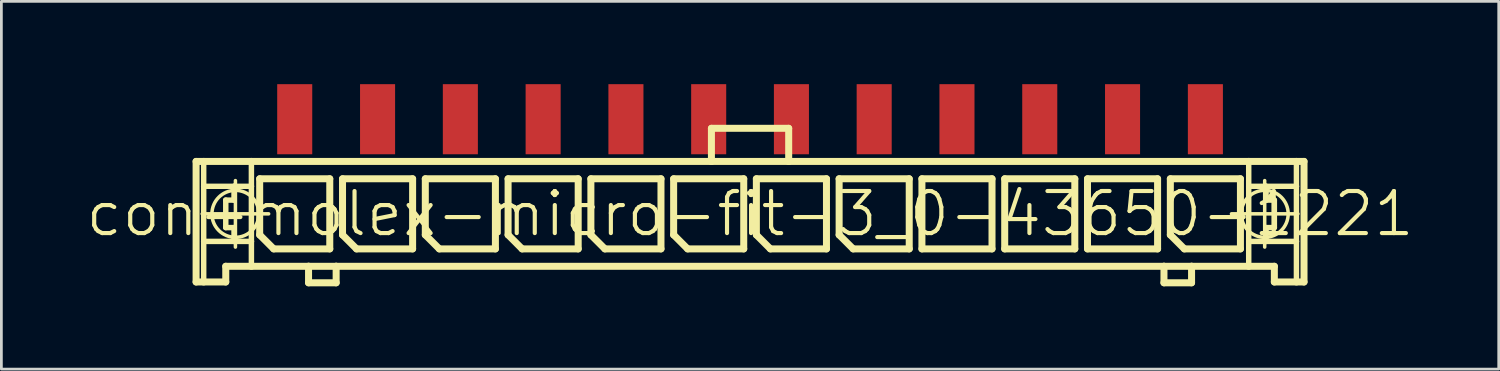
<source format=kicad_pcb>
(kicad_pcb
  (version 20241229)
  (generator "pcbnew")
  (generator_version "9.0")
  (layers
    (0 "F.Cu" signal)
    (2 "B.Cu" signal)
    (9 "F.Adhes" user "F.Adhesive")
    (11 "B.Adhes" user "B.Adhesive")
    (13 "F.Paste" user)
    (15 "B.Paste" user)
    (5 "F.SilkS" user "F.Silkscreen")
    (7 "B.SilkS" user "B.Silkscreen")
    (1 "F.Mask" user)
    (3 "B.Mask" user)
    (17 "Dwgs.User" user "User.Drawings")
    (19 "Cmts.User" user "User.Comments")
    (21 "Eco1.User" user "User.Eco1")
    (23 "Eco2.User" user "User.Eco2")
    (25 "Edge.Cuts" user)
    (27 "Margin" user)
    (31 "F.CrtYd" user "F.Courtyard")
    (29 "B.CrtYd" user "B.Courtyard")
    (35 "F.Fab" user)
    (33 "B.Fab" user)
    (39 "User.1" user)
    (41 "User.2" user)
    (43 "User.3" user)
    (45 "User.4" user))
  (footprint "con-molex-micro-fit-3_0-43650-1221"
    (layer "F.Cu")
    (at 24.13 4.699)
    (property "Reference" "con-molex-micro-fit-3_0-43650-1221" (at 0 0 0) (layer "F.SilkS") (effects (font (size 1.524 1.524) (thickness 0.15))))
    (attr smd)
    (fp_line (start -20.074 -1.9) (end -19.799 -1.9) (stroke (width 0.254) (type solid)) (layer "F.SilkS"))
    (fp_line (start -20.074 2.469) (end -20.074 -1.9) (stroke (width 0.254) (type solid)) (layer "F.SilkS"))
    (fp_line (start -19.853 0) (end -17.445 0) (stroke (width 0.127) (type solid)) (layer "F.SilkS"))
    (fp_line (start -19.799 -1.9) (end -18.07 -1.9) (stroke (width 0.254) (type solid)) (layer "F.SilkS"))
    (fp_line (start -19.799 -0.998) (end -19.799 -1.9) (stroke (width 0.198) (type solid)) (layer "F.SilkS"))
    (fp_line (start -19.799 0.998) (end -19.799 -0.998) (stroke (width 0.198) (type solid)) (layer "F.SilkS"))
    (fp_line (start -19.799 2.469) (end -20.074 2.469) (stroke (width 0.254) (type solid)) (layer "F.SilkS"))
    (fp_line (start -19.799 2.469) (end -19.799 0.998) (stroke (width 0.198) (type solid)) (layer "F.SilkS"))
    (fp_line (start -18.999 -0.498) (end -18.999 0.498) (stroke (width 0.198) (type solid)) (layer "F.SilkS"))
    (fp_line (start -18.999 0.498) (end -18.699 0.498) (stroke (width 0.198) (type solid)) (layer "F.SilkS"))
    (fp_line (start -18.999 1.9) (end -18.999 2.469) (stroke (width 0.254) (type solid)) (layer "F.SilkS"))
    (fp_line (start -18.999 2.469) (end -19.799 2.469) (stroke (width 0.254) (type solid)) (layer "F.SilkS"))
    (fp_line (start -18.699 -0.998) (end -19.799 -0.998) (stroke (width 0.198) (type solid)) (layer "F.SilkS"))
    (fp_line (start -18.699 -0.998) (end -18.699 -0.498) (stroke (width 0.198) (type solid)) (layer "F.SilkS"))
    (fp_line (start -18.699 -0.498) (end -18.999 -0.498) (stroke (width 0.198) (type solid)) (layer "F.SilkS"))
    (fp_line (start -18.699 0.498) (end -18.699 0.998) (stroke (width 0.198) (type solid)) (layer "F.SilkS"))
    (fp_line (start -18.699 0.998) (end -19.799 0.998) (stroke (width 0.198) (type solid)) (layer "F.SilkS"))
    (fp_line (start -18.649 1.204) (end -18.649 -1.204) (stroke (width 0.127) (type solid)) (layer "F.SilkS"))
    (fp_line (start -18.07 -1.9) (end -1.4 -1.9) (stroke (width 0.254) (type solid)) (layer "F.SilkS"))
    (fp_line (start -18.07 -0.998) (end -18.699 -0.998) (stroke (width 0.198) (type solid)) (layer "F.SilkS"))
    (fp_line (start -18.07 -0.998) (end -18.07 -1.9) (stroke (width 0.198) (type solid)) (layer "F.SilkS"))
    (fp_line (start -18.07 0.998) (end -18.699 0.998) (stroke (width 0.198) (type solid)) (layer "F.SilkS"))
    (fp_line (start -18.07 0.998) (end -18.07 -0.998) (stroke (width 0.198) (type solid)) (layer "F.SilkS"))
    (fp_line (start -18.07 1.9) (end -18.999 1.9) (stroke (width 0.254) (type solid)) (layer "F.SilkS"))
    (fp_line (start -18.07 1.9) (end -18.07 0.998) (stroke (width 0.198) (type solid)) (layer "F.SilkS"))
    (fp_line (start -17.77 -1.27) (end -15.23 -1.27) (stroke (width 0.254) (type solid)) (layer "F.SilkS"))
    (fp_line (start -17.77 0.762) (end -17.77 -1.27) (stroke (width 0.254) (type solid)) (layer "F.SilkS"))
    (fp_line (start -17.262 1.27) (end -17.77 0.762) (stroke (width 0.254) (type solid)) (layer "F.SilkS"))
    (fp_line (start -15.999 1.9) (end -18.07 1.9) (stroke (width 0.254) (type solid)) (layer "F.SilkS"))
    (fp_line (start -15.999 1.9) (end -15.999 2.499) (stroke (width 0.254) (type solid)) (layer "F.SilkS"))
    (fp_line (start -15.999 2.499) (end -14.999 2.499) (stroke (width 0.254) (type solid)) (layer "F.SilkS"))
    (fp_line (start -15.23 -1.27) (end -15.23 1.27) (stroke (width 0.254) (type solid)) (layer "F.SilkS"))
    (fp_line (start -15.23 1.27) (end -17.262 1.27) (stroke (width 0.254) (type solid)) (layer "F.SilkS"))
    (fp_line (start -14.999 1.9) (end -15.999 1.9) (stroke (width 0.254) (type solid)) (layer "F.SilkS"))
    (fp_line (start -14.999 2.499) (end -14.999 1.9) (stroke (width 0.254) (type solid)) (layer "F.SilkS"))
    (fp_line (start -14.768 -1.27) (end -12.228 -1.27) (stroke (width 0.254) (type solid)) (layer "F.SilkS"))
    (fp_line (start -14.768 0.762) (end -14.768 -1.27) (stroke (width 0.254) (type solid)) (layer "F.SilkS"))
    (fp_line (start -14.26 1.27) (end -14.768 0.762) (stroke (width 0.254) (type solid)) (layer "F.SilkS"))
    (fp_line (start -12.228 -1.27) (end -12.228 1.27) (stroke (width 0.254) (type solid)) (layer "F.SilkS"))
    (fp_line (start -12.228 1.27) (end -14.26 1.27) (stroke (width 0.254) (type solid)) (layer "F.SilkS"))
    (fp_line (start -11.768 -1.27) (end -9.228 -1.27) (stroke (width 0.254) (type solid)) (layer "F.SilkS"))
    (fp_line (start -11.768 0.762) (end -11.768 -1.27) (stroke (width 0.254) (type solid)) (layer "F.SilkS"))
    (fp_line (start -11.26 1.27) (end -11.768 0.762) (stroke (width 0.254) (type solid)) (layer "F.SilkS"))
    (fp_line (start -9.228 -1.27) (end -9.228 1.27) (stroke (width 0.254) (type solid)) (layer "F.SilkS"))
    (fp_line (start -9.228 1.27) (end -11.26 1.27) (stroke (width 0.254) (type solid)) (layer "F.SilkS"))
    (fp_line (start -8.768 -1.27) (end -6.228 -1.27) (stroke (width 0.254) (type solid)) (layer "F.SilkS"))
    (fp_line (start -8.768 0.762) (end -8.768 -1.27) (stroke (width 0.254) (type solid)) (layer "F.SilkS"))
    (fp_line (start -8.26 1.27) (end -8.768 0.762) (stroke (width 0.254) (type solid)) (layer "F.SilkS"))
    (fp_line (start -6.228 -1.27) (end -6.228 1.27) (stroke (width 0.254) (type solid)) (layer "F.SilkS"))
    (fp_line (start -6.228 1.27) (end -8.26 1.27) (stroke (width 0.254) (type solid)) (layer "F.SilkS"))
    (fp_line (start -5.768 -1.27) (end -3.228 -1.27) (stroke (width 0.254) (type solid)) (layer "F.SilkS"))
    (fp_line (start -5.768 0.762) (end -5.768 -1.27) (stroke (width 0.254) (type solid)) (layer "F.SilkS"))
    (fp_line (start -5.26 1.27) (end -5.768 0.762) (stroke (width 0.254) (type solid)) (layer "F.SilkS"))
    (fp_line (start -3.228 -1.27) (end -3.228 1.27) (stroke (width 0.254) (type solid)) (layer "F.SilkS"))
    (fp_line (start -3.228 1.27) (end -5.26 1.27) (stroke (width 0.254) (type solid)) (layer "F.SilkS"))
    (fp_line (start -2.769 -1.27) (end -0.229 -1.27) (stroke (width 0.254) (type solid)) (layer "F.SilkS"))
    (fp_line (start -2.769 0.762) (end -2.769 -1.27) (stroke (width 0.254) (type solid)) (layer "F.SilkS"))
    (fp_line (start -2.261 1.27) (end -2.769 0.762) (stroke (width 0.254) (type solid)) (layer "F.SilkS"))
    (fp_line (start -1.4 -3.099) (end -1.4 -1.9) (stroke (width 0.254) (type solid)) (layer "F.SilkS"))
    (fp_line (start -1.4 -3.099) (end 1.4 -3.099) (stroke (width 0.254) (type solid)) (layer "F.SilkS"))
    (fp_line (start -1.4 -1.9) (end 1.4 -1.9) (stroke (width 0.254) (type solid)) (layer "F.SilkS"))
    (fp_line (start -0.229 -1.27) (end -0.229 1.27) (stroke (width 0.254) (type solid)) (layer "F.SilkS"))
    (fp_line (start -0.229 1.27) (end -2.261 1.27) (stroke (width 0.254) (type solid)) (layer "F.SilkS"))
    (fp_line (start 0.229 -1.27) (end 2.769 -1.27) (stroke (width 0.254) (type solid)) (layer "F.SilkS"))
    (fp_line (start 0.229 0.762) (end 0.229 -1.27) (stroke (width 0.254) (type solid)) (layer "F.SilkS"))
    (fp_line (start 0.737 1.27) (end 0.229 0.762) (stroke (width 0.254) (type solid)) (layer "F.SilkS"))
    (fp_line (start 1.4 -3.099) (end 1.4 -1.9) (stroke (width 0.254) (type solid)) (layer "F.SilkS"))
    (fp_line (start 1.4 -1.9) (end 18.07 -1.9) (stroke (width 0.254) (type solid)) (layer "F.SilkS"))
    (fp_line (start 2.769 -1.27) (end 2.769 1.27) (stroke (width 0.254) (type solid)) (layer "F.SilkS"))
    (fp_line (start 2.769 1.27) (end 0.737 1.27) (stroke (width 0.254) (type solid)) (layer "F.SilkS"))
    (fp_line (start 3.228 -1.27) (end 5.768 -1.27) (stroke (width 0.254) (type solid)) (layer "F.SilkS"))
    (fp_line (start 3.228 0.762) (end 3.228 -1.27) (stroke (width 0.254) (type solid)) (layer "F.SilkS"))
    (fp_line (start 3.736 1.27) (end 3.228 0.762) (stroke (width 0.254) (type solid)) (layer "F.SilkS"))
    (fp_line (start 5.768 -1.27) (end 5.768 1.27) (stroke (width 0.254) (type solid)) (layer "F.SilkS"))
    (fp_line (start 5.768 1.27) (end 3.736 1.27) (stroke (width 0.254) (type solid)) (layer "F.SilkS"))
    (fp_line (start 6.228 -1.27) (end 8.768 -1.27) (stroke (width 0.254) (type solid)) (layer "F.SilkS"))
    (fp_line (start 6.228 1.27) (end 6.228 -1.27) (stroke (width 0.254) (type solid)) (layer "F.SilkS"))
    (fp_line (start 8.768 -1.27) (end 8.768 1.27) (stroke (width 0.254) (type solid)) (layer "F.SilkS"))
    (fp_line (start 8.768 1.27) (end 6.228 1.27) (stroke (width 0.254) (type solid)) (layer "F.SilkS"))
    (fp_line (start 9.228 -1.27) (end 11.768 -1.27) (stroke (width 0.254) (type solid)) (layer "F.SilkS"))
    (fp_line (start 9.228 1.27) (end 9.228 -1.27) (stroke (width 0.254) (type solid)) (layer "F.SilkS"))
    (fp_line (start 11.768 -1.27) (end 11.768 1.27) (stroke (width 0.254) (type solid)) (layer "F.SilkS"))
    (fp_line (start 11.768 1.27) (end 9.228 1.27) (stroke (width 0.254) (type solid)) (layer "F.SilkS"))
    (fp_line (start 12.228 -1.27) (end 14.768 -1.27) (stroke (width 0.254) (type solid)) (layer "F.SilkS"))
    (fp_line (start 12.228 1.27) (end 12.228 -1.27) (stroke (width 0.254) (type solid)) (layer "F.SilkS"))
    (fp_line (start 14.768 -1.27) (end 14.768 1.27) (stroke (width 0.254) (type solid)) (layer "F.SilkS"))
    (fp_line (start 14.768 1.27) (end 12.228 1.27) (stroke (width 0.254) (type solid)) (layer "F.SilkS"))
    (fp_line (start 14.999 1.9) (end -14.999 1.9) (stroke (width 0.254) (type solid)) (layer "F.SilkS"))
    (fp_line (start 14.999 1.9) (end 14.999 2.499) (stroke (width 0.254) (type solid)) (layer "F.SilkS"))
    (fp_line (start 14.999 2.499) (end 15.999 2.499) (stroke (width 0.254) (type solid)) (layer "F.SilkS"))
    (fp_line (start 15.23 -1.27) (end 17.77 -1.27) (stroke (width 0.254) (type solid)) (layer "F.SilkS"))
    (fp_line (start 15.23 0.762) (end 15.23 -1.27) (stroke (width 0.254) (type solid)) (layer "F.SilkS"))
    (fp_line (start 15.738 1.27) (end 15.23 0.762) (stroke (width 0.254) (type solid)) (layer "F.SilkS"))
    (fp_line (start 15.999 1.9) (end 14.999 1.9) (stroke (width 0.254) (type solid)) (layer "F.SilkS"))
    (fp_line (start 15.999 2.499) (end 15.999 1.9) (stroke (width 0.254) (type solid)) (layer "F.SilkS"))
    (fp_line (start 17.445 0) (end 19.853 0) (stroke (width 0.127) (type solid)) (layer "F.SilkS"))
    (fp_line (start 17.77 -1.27) (end 17.77 1.27) (stroke (width 0.254) (type solid)) (layer "F.SilkS"))
    (fp_line (start 17.77 1.27) (end 15.738 1.27) (stroke (width 0.254) (type solid)) (layer "F.SilkS"))
    (fp_line (start 18.07 -1.9) (end 18.07 -0.998) (stroke (width 0.198) (type solid)) (layer "F.SilkS"))
    (fp_line (start 18.07 -1.9) (end 19.799 -1.9) (stroke (width 0.254) (type solid)) (layer "F.SilkS"))
    (fp_line (start 18.07 -0.998) (end 18.07 0.998) (stroke (width 0.198) (type solid)) (layer "F.SilkS"))
    (fp_line (start 18.07 -0.998) (end 18.699 -0.998) (stroke (width 0.198) (type solid)) (layer "F.SilkS"))
    (fp_line (start 18.07 0.998) (end 18.07 1.9) (stroke (width 0.198) (type solid)) (layer "F.SilkS"))
    (fp_line (start 18.07 0.998) (end 18.699 0.998) (stroke (width 0.198) (type solid)) (layer "F.SilkS"))
    (fp_line (start 18.07 1.9) (end 15.999 1.9) (stroke (width 0.254) (type solid)) (layer "F.SilkS"))
    (fp_line (start 18.649 1.204) (end 18.649 -1.204) (stroke (width 0.127) (type solid)) (layer "F.SilkS"))
    (fp_line (start 18.699 -0.998) (end 18.699 -0.498) (stroke (width 0.198) (type solid)) (layer "F.SilkS"))
    (fp_line (start 18.699 -0.998) (end 19.799 -0.998) (stroke (width 0.198) (type solid)) (layer "F.SilkS"))
    (fp_line (start 18.699 -0.498) (end 18.999 -0.498) (stroke (width 0.198) (type solid)) (layer "F.SilkS"))
    (fp_line (start 18.699 0.498) (end 18.699 0.998) (stroke (width 0.198) (type solid)) (layer "F.SilkS"))
    (fp_line (start 18.699 0.998) (end 19.799 0.998) (stroke (width 0.198) (type solid)) (layer "F.SilkS"))
    (fp_line (start 18.999 -0.498) (end 18.999 0.498) (stroke (width 0.198) (type solid)) (layer "F.SilkS"))
    (fp_line (start 18.999 0.498) (end 18.699 0.498) (stroke (width 0.198) (type solid)) (layer "F.SilkS"))
    (fp_line (start 18.999 1.9) (end 18.07 1.9) (stroke (width 0.254) (type solid)) (layer "F.SilkS"))
    (fp_line (start 18.999 2.469) (end 18.999 1.9) (stroke (width 0.254) (type solid)) (layer "F.SilkS"))
    (fp_line (start 18.999 2.469) (end 19.799 2.469) (stroke (width 0.254) (type solid)) (layer "F.SilkS"))
    (fp_line (start 19.799 -1.9) (end 20.074 -1.9) (stroke (width 0.254) (type solid)) (layer "F.SilkS"))
    (fp_line (start 19.799 -0.998) (end 19.799 -1.9) (stroke (width 0.198) (type solid)) (layer "F.SilkS"))
    (fp_line (start 19.799 0.998) (end 19.799 -0.998) (stroke (width 0.198) (type solid)) (layer "F.SilkS"))
    (fp_line (start 19.799 2.469) (end 19.799 0.998) (stroke (width 0.198) (type solid)) (layer "F.SilkS"))
    (fp_line (start 19.799 2.469) (end 20.074 2.469) (stroke (width 0.254) (type solid)) (layer "F.SilkS"))
    (fp_line (start 20.074 -1.9) (end 20.074 2.469) (stroke (width 0.254) (type solid)) (layer "F.SilkS"))
    (fp_circle (center -18.649 0) (end -19.251 0.602) (stroke (width 0.127) (type solid)) (fill no) (layer "F.SilkS"))
    (fp_circle (center 18.649 0) (end 19.251 0.602) (stroke (width 0.127) (type solid)) (fill no) (layer "F.SilkS"))
    (pad "P$1" smd rect (at 16.5 -3.429) (size 1.27 2.54) (layers "F.Cu" "F.Mask" "F.Paste"))
    (pad "P$2" smd rect (at 13.498 -3.429) (size 1.27 2.54) (layers "F.Cu" "F.Mask" "F.Paste"))
    (pad "P$3" smd rect (at 10.498 -3.429) (size 1.27 2.54) (layers "F.Cu" "F.Mask" "F.Paste"))
    (pad "P$4" smd rect (at 7.498 -3.429) (size 1.27 2.54) (layers "F.Cu" "F.Mask" "F.Paste"))
    (pad "P$5" smd rect (at 4.498 -3.429) (size 1.27 2.54) (layers "F.Cu" "F.Mask" "F.Paste"))
    (pad "P$6" smd rect (at 1.499 -3.429) (size 1.27 2.54) (layers "F.Cu" "F.Mask" "F.Paste"))
    (pad "P$7" smd rect (at -1.499 -3.429) (size 1.27 2.54) (layers "F.Cu" "F.Mask" "F.Paste"))
    (pad "P$8" smd rect (at -4.498 -3.429) (size 1.27 2.54) (layers "F.Cu" "F.Mask" "F.Paste"))
    (pad "P$9" smd rect (at -7.498 -3.429) (size 1.27 2.54) (layers "F.Cu" "F.Mask" "F.Paste"))
    (pad "P$10" smd rect (at -10.498 -3.429) (size 1.27 2.54) (layers "F.Cu" "F.Mask" "F.Paste"))
    (pad "P$11" smd rect (at -13.498 -3.429) (size 1.27 2.54) (layers "F.Cu" "F.Mask" "F.Paste"))
    (pad "P$12" smd rect (at -16.5 -3.429) (size 1.27 2.54) (layers "F.Cu" "F.Mask" "F.Paste")))
  (gr_rect
    (start -3 -3)
    (end 51.26 10.325)
    (stroke (width 0.1) (type default))
    (fill no)
    (layer "Edge.Cuts")))
</source>
